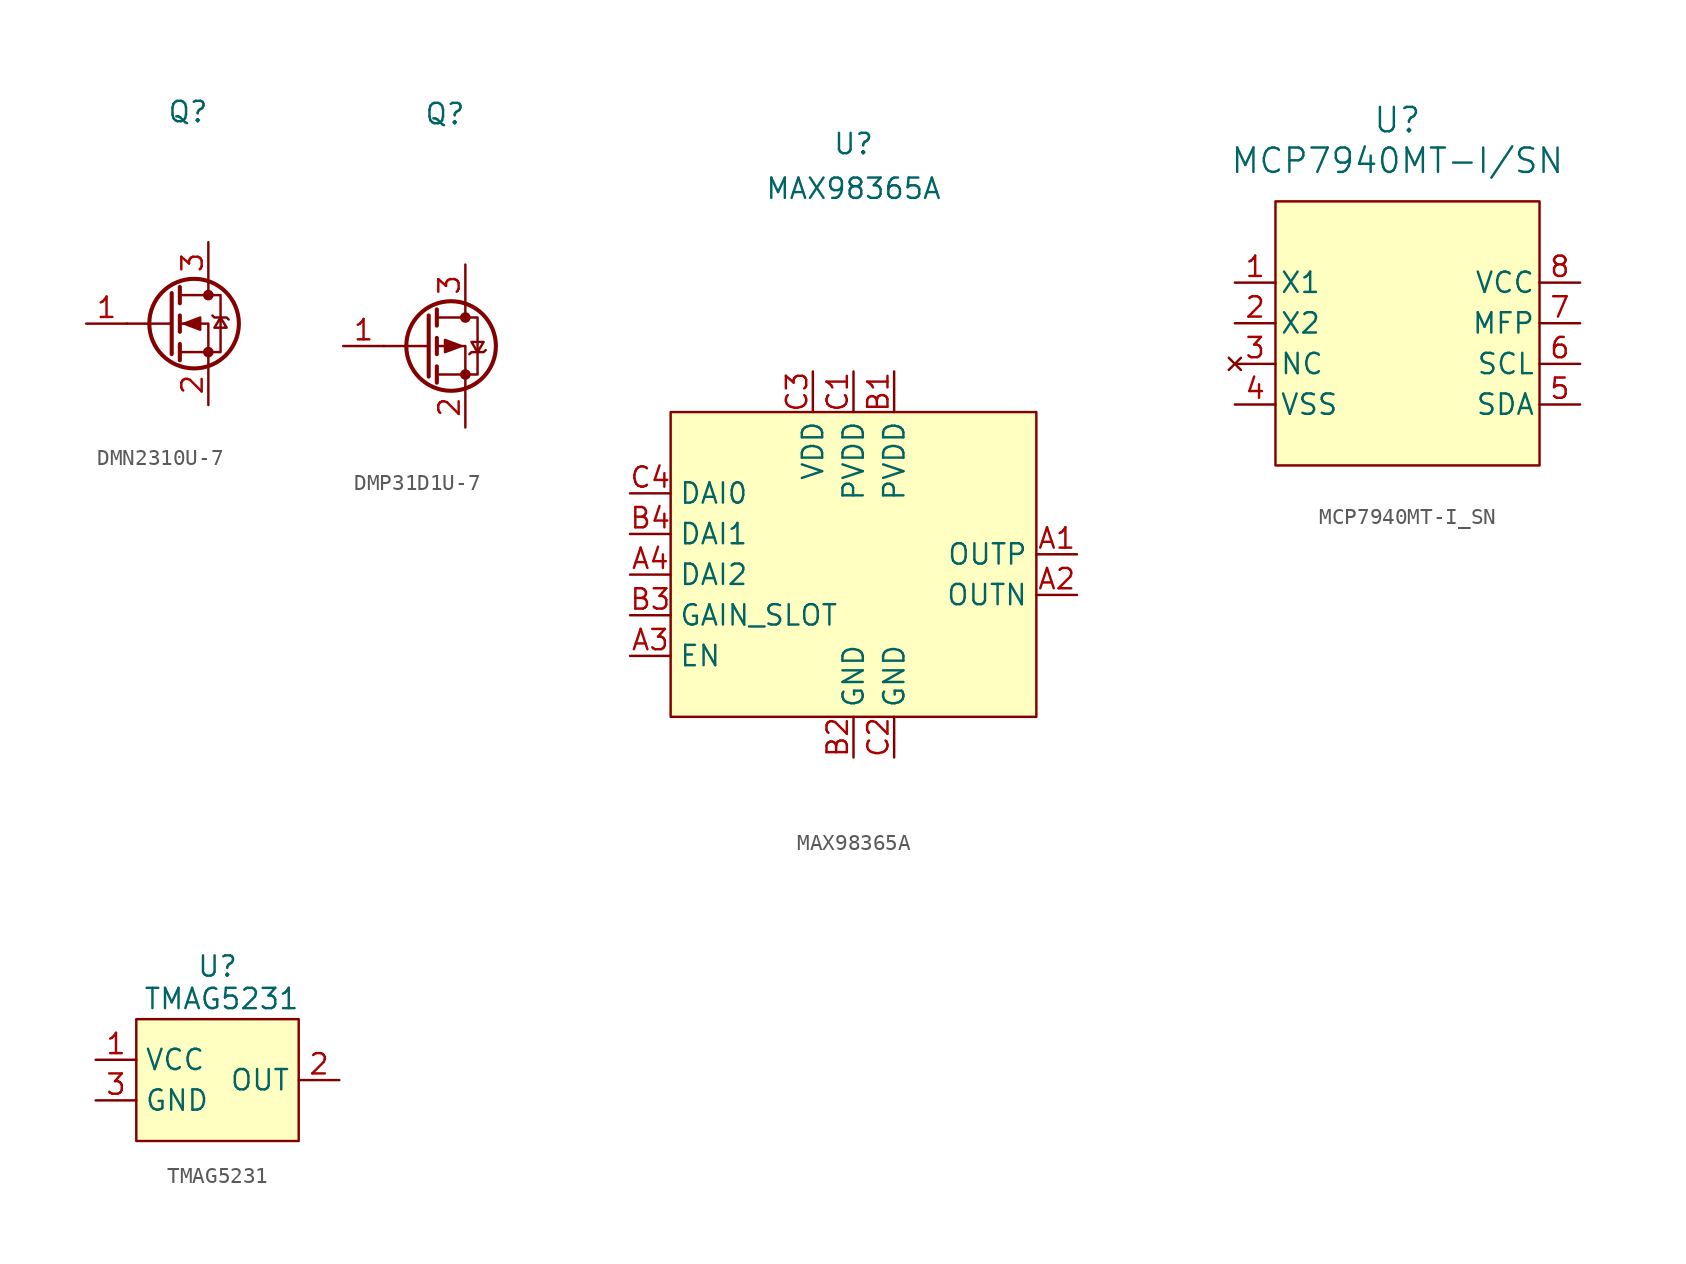
<source format=kicad_sym>
(kicad_symbol_lib
  (version 20231120)
  (generator "kicad_symbol_editor")
  (generator_version "8.0")
  (symbol "DMN2310U-7"
    (pin_names hide)
    (property "Reference" "Q"
      (at 0 13.208 0)
      (effects (font (size 1.27 1.27))))
    (property "Value" ""
      (at 0 0 0)
      (effects (font (size 1.27 1.27))))
    (symbol "DMN2310U-7_0_1"
      (polyline (pts (xy -1.016 0) (xy -3.81 0)) (stroke (width 0) (type default)) (fill (type none)))
      (polyline (pts (xy -1.016 1.905) (xy -1.016 -1.905)) (stroke (width 0.254) (type default)) (fill (type none)))
      (polyline (pts (xy -0.508 -1.27) (xy -0.508 -2.286)) (stroke (width 0.254) (type default)) (fill (type none)))
      (polyline (pts (xy -0.508 0.508) (xy -0.508 -0.508)) (stroke (width 0.254) (type default)) (fill (type none)))
      (polyline (pts (xy -0.508 2.286) (xy -0.508 1.27)) (stroke (width 0.254) (type default)) (fill (type none)))
      (polyline (pts (xy 1.27 2.54) (xy 1.27 1.778)) (stroke (width 0) (type default)) (fill (type none)))
      (polyline (pts (xy 1.27 -2.54) (xy 1.27 0) (xy -0.508 0)) (stroke (width 0) (type default)) (fill (type none)))
      (polyline (pts (xy -0.508 -1.778) (xy 2.032 -1.778) (xy 2.032 1.778) (xy -0.508 1.778)) (stroke (width 0) (type default)) (fill (type none)))
      (polyline (pts (xy -0.254 0) (xy 0.762 0.381) (xy 0.762 -0.381) (xy -0.254 0)) (stroke (width 0) (type default)) (fill (type outline)))
      (polyline (pts (xy 1.524 0.508) (xy 1.651 0.381) (xy 2.413 0.381) (xy 2.54 0.254)) (stroke (width 0) (type default)) (fill (type none)))
      (polyline (pts (xy 2.032 0.381) (xy 1.651 -0.254) (xy 2.413 -0.254) (xy 2.032 0.381)) (stroke (width 0) (type default)) (fill (type none)))
      (circle (center 0.381 0) (radius 2.794) (stroke (width 0.254) (type default)) (fill (type none)))
      (circle (center 1.27 -1.778) (radius 0.254) (stroke (width 0) (type default)) (fill (type outline)))
      (circle (center 1.27 1.778) (radius 0.254) (stroke (width 0) (type default)) (fill (type outline))))
    (symbol "DMN2310U-7_1_1"
      (pin input line (at -6.35 0 0) (length 2.54) (name "G" (effects (font (size 1.27 1.27)))) (number "1" (effects (font (size 1.27 1.27)))))
      (pin passive line (at 1.27 -5.08 90) (length 2.54) (name "S" (effects (font (size 1.27 1.27)))) (number "2" (effects (font (size 1.27 1.27)))))
      (pin passive line (at 1.27 5.08 270) (length 2.54) (name "D" (effects (font (size 1.27 1.27)))) (number "3" (effects (font (size 1.27 1.27)))))))
  (symbol "DMP31D1U-7"
    (pin_names hide)
    (property "Reference" "Q"
      (at 0 14.478 0)
      (effects (font (size 1.27 1.27))))
    (property "Value" ""
      (at 1.27 13.716 0)
      (effects (font (size 1.27 1.27))))
    (symbol "DMP31D1U-7_0_1"
      (polyline (pts (xy -1.016 0) (xy -3.81 0)) (stroke (width 0) (type default)) (fill (type none)))
      (polyline (pts (xy -1.016 1.905) (xy -1.016 -1.905)) (stroke (width 0.254) (type default)) (fill (type none)))
      (polyline (pts (xy -0.508 -1.27) (xy -0.508 -2.286)) (stroke (width 0.254) (type default)) (fill (type none)))
      (polyline (pts (xy -0.508 0.508) (xy -0.508 -0.508)) (stroke (width 0.254) (type default)) (fill (type none)))
      (polyline (pts (xy -0.508 2.286) (xy -0.508 1.27)) (stroke (width 0.254) (type default)) (fill (type none)))
      (polyline (pts (xy 1.27 2.54) (xy 1.27 1.778)) (stroke (width 0) (type default)) (fill (type none)))
      (polyline (pts (xy 1.27 -2.54) (xy 1.27 0) (xy -0.508 0)) (stroke (width 0) (type default)) (fill (type none)))
      (polyline (pts (xy -0.508 1.778) (xy 2.032 1.778) (xy 2.032 -1.778) (xy -0.508 -1.778)) (stroke (width 0) (type default)) (fill (type none)))
      (polyline (pts (xy 1.016 0) (xy 0 0.381) (xy 0 -0.381) (xy 1.016 0)) (stroke (width 0) (type default)) (fill (type outline)))
      (polyline (pts (xy 1.524 -0.508) (xy 1.651 -0.381) (xy 2.413 -0.381) (xy 2.54 -0.254)) (stroke (width 0) (type default)) (fill (type none)))
      (polyline (pts (xy 2.032 -0.381) (xy 1.651 0.254) (xy 2.413 0.254) (xy 2.032 -0.381)) (stroke (width 0) (type default)) (fill (type none)))
      (circle (center 0.381 0) (radius 2.794) (stroke (width 0.254) (type default)) (fill (type none)))
      (circle (center 1.27 -1.778) (radius 0.254) (stroke (width 0) (type default)) (fill (type outline)))
      (circle (center 1.27 1.778) (radius 0.254) (stroke (width 0) (type default)) (fill (type outline))))
    (symbol "DMP31D1U-7_1_1"
      (pin input line (at -6.35 0 0) (length 2.54) (name "G" (effects (font (size 1.27 1.27)))) (number "1" (effects (font (size 1.27 1.27)))))
      (pin passive line (at 1.27 -5.08 90) (length 2.54) (name "S" (effects (font (size 1.27 1.27)))) (number "2" (effects (font (size 1.27 1.27)))))
      (pin passive line (at 1.27 5.08 270) (length 2.54) (name "D" (effects (font (size 1.27 1.27)))) (number "3" (effects (font (size 1.27 1.27)))))))
  (symbol "MAX98365A"
    (property "Reference" "U"
      (at 0 26.924 0)
      (effects (font (size 1.27 1.27))))
    (property "Value" "MAX98365A"
      (at 0 24.13 0)
      (effects (font (size 1.27 1.27))))
    (symbol "MAX98365A_0_0"
      (pin output line (at 13.97 1.27 180) (length 2.54) (name "OUTP" (effects (font (size 1.27 1.27)))) (number "A1" (effects (font (size 1.27 1.27)))))
      (pin output line (at 13.97 -1.27 180) (length 2.54) (name "OUTN" (effects (font (size 1.27 1.27)))) (number "A2" (effects (font (size 1.27 1.27)))))
      (pin input line (at -13.97 -5.08 0) (length 2.54) (name "EN" (effects (font (size 1.27 1.27)))) (number "A3" (effects (font (size 1.27 1.27)))))
      (pin input line (at -13.97 0 0) (length 2.54) (name "DAI2" (effects (font (size 1.27 1.27)))) (number "A4" (effects (font (size 1.27 1.27)))))
      (pin power_in line (at 2.54 12.7 270) (length 2.54) (name "PVDD" (effects (font (size 1.27 1.27)))) (number "B1" (effects (font (size 1.27 1.27)))))
      (pin power_in line (at 0 -11.43 90) (length 2.54) (name "GND" (effects (font (size 1.27 1.27)))) (number "B2" (effects (font (size 1.27 1.27)))))
      (pin input line (at -13.97 -2.54 0) (length 2.54) (name "GAIN_SLOT" (effects (font (size 1.27 1.27)))) (number "B3" (effects (font (size 1.27 1.27)))))
      (pin input line (at -13.97 2.54 0) (length 2.54) (name "DAI1" (effects (font (size 1.27 1.27)))) (number "B4" (effects (font (size 1.27 1.27)))))
      (pin power_in line (at 0 12.7 270) (length 2.54) (name "PVDD" (effects (font (size 1.27 1.27)))) (number "C1" (effects (font (size 1.27 1.27)))))
      (pin power_in line (at 2.54 -11.43 90) (length 2.54) (name "GND" (effects (font (size 1.27 1.27)))) (number "C2" (effects (font (size 1.27 1.27)))))
      (pin power_in line (at -2.54 12.7 270) (length 2.54) (name "VDD" (effects (font (size 1.27 1.27)))) (number "C3" (effects (font (size 1.27 1.27)))))
      (pin input line (at -13.97 5.08 0) (length 2.54) (name "DAI0" (effects (font (size 1.27 1.27)))) (number "C4" (effects (font (size 1.27 1.27))))))
    (symbol "MAX98365A_1_1"
      (rectangle (start -11.43 10.16) (end 11.43 -8.89) (stroke (width 0) (type default)) (fill (type background)))))
  (symbol "MCP7940MT-I_SN"
    (pin_names
      (offset 0.254))
    (property "Reference" "U"
      (at 0 13.97 0)
      (effects (font (size 1.524 1.524))))
    (property "Value" "MCP7940MT-I/SN"
      (at 0 11.43 0)
      (effects (font (size 1.524 1.524))))
    (symbol "MCP7940MT-I_SN_1_1"
      (rectangle (start -7.62 8.89) (end 8.89 -7.62) (stroke (width 0) (type default)) (fill (type background)))
      (pin input line (at -10.16 3.81 0) (length 2.54) (name "X1" (effects (font (size 1.27 1.27)))) (number "1" (effects (font (size 1.27 1.27)))))
      (pin output line (at -10.16 1.27 0) (length 2.54) (name "X2" (effects (font (size 1.27 1.27)))) (number "2" (effects (font (size 1.27 1.27)))))
      (pin no_connect line (at -10.16 -1.27 0) (length 2.54) (name "NC" (effects (font (size 1.27 1.27)))) (number "3" (effects (font (size 1.27 1.27)))))
      (pin power_in line (at -10.16 -3.81 0) (length 2.54) (name "VSS" (effects (font (size 1.27 1.27)))) (number "4" (effects (font (size 1.27 1.27)))))
      (pin bidirectional line (at 11.43 -3.81 180) (length 2.54) (name "SDA" (effects (font (size 1.27 1.27)))) (number "5" (effects (font (size 1.27 1.27)))))
      (pin input line (at 11.43 -1.27 180) (length 2.54) (name "SCL" (effects (font (size 1.27 1.27)))) (number "6" (effects (font (size 1.27 1.27)))))
      (pin bidirectional line (at 11.43 1.27 180) (length 2.54) (name "MFP" (effects (font (size 1.27 1.27)))) (number "7" (effects (font (size 1.27 1.27)))))
      (pin power_in line (at 11.43 3.81 180) (length 2.54) (name "VCC" (effects (font (size 1.27 1.27)))) (number "8" (effects (font (size 1.27 1.27)))))))
  (symbol "TMAG5231"
    (property "Reference" "U"
      (at 0 7.112 0)
      (effects (font (size 1.27 1.27))))
    (property "Value" "TMAG5231"
      (at 0.254 5.08 0)
      (effects (font (size 1.27 1.27))))
    (symbol "TMAG5231_1_1"
      (rectangle (start -5.08 3.81) (end 5.08 -3.81) (stroke (width 0) (type default)) (fill (type background)))
      (pin power_in line (at -7.62 1.27 0) (length 2.54) (name "VCC" (effects (font (size 1.27 1.27)))) (number "1" (effects (font (size 1.27 1.27)))))
      (pin output line (at 7.62 0 180) (length 2.54) (name "OUT" (effects (font (size 1.27 1.27)))) (number "2" (effects (font (size 1.27 1.27)))))
      (pin power_in line (at -7.62 -1.27 0) (length 2.54) (name "GND" (effects (font (size 1.27 1.27)))) (number "3" (effects (font (size 1.27 1.27))))))))
</source>
